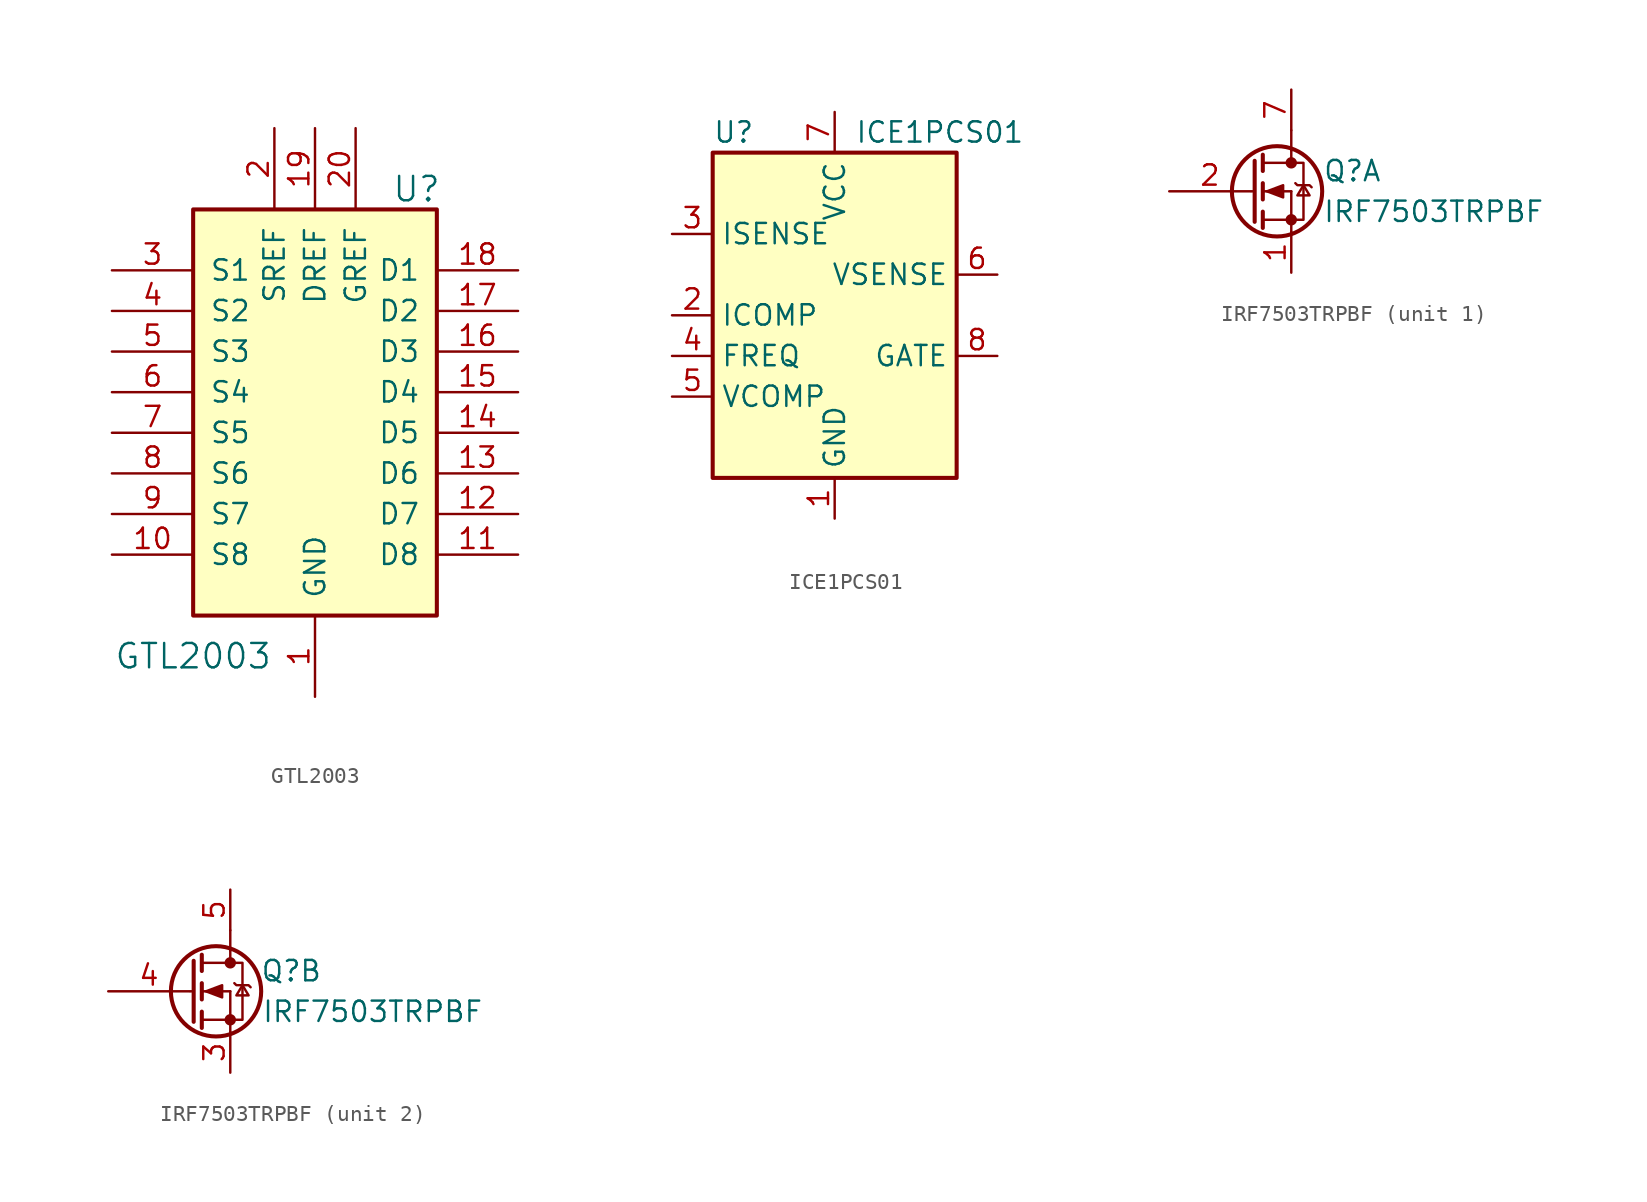
<source format=kicad_sym>
(kicad_symbol_lib
  (version 20211014)
  (generator kicad_symbol_editor)
  (symbol "GTL2003"
    (pin_names
      (offset 1.016))
    (property "Reference" "U"
      (at 6.35 13.97 0)
      (effects (font (size 1.524 1.524))))
    (property "Value" "GTL2003"
      (at -7.62 -15.24 0)
      (effects (font (size 1.524 1.524))))
    (symbol "GTL2003_0_1"
      (rectangle (start -7.62 12.7) (end 7.62 -12.7) (stroke (width 0.254) (type default) (color 0 0 0 0)) (fill (type background))))
    (symbol "GTL2003_1_1"
      (pin input line (at 0 -17.78 90) (length 5.08) (name "GND" (effects (font (size 1.27 1.27)))) (number "1" (effects (font (size 1.27 1.27)))))
      (pin output line (at -12.7 -8.89 0) (length 5.08) (name "S8" (effects (font (size 1.27 1.27)))) (number "10" (effects (font (size 1.27 1.27)))))
      (pin input line (at 12.7 -8.89 180) (length 5.08) (name "D8" (effects (font (size 1.27 1.27)))) (number "11" (effects (font (size 1.27 1.27)))))
      (pin input line (at 12.7 -6.35 180) (length 5.08) (name "D7" (effects (font (size 1.27 1.27)))) (number "12" (effects (font (size 1.27 1.27)))))
      (pin input line (at 12.7 -3.81 180) (length 5.08) (name "D6" (effects (font (size 1.27 1.27)))) (number "13" (effects (font (size 1.27 1.27)))))
      (pin input line (at 12.7 -1.27 180) (length 5.08) (name "D5" (effects (font (size 1.27 1.27)))) (number "14" (effects (font (size 1.27 1.27)))))
      (pin input line (at 12.7 1.27 180) (length 5.08) (name "D4" (effects (font (size 1.27 1.27)))) (number "15" (effects (font (size 1.27 1.27)))))
      (pin input line (at 12.7 3.81 180) (length 5.08) (name "D3" (effects (font (size 1.27 1.27)))) (number "16" (effects (font (size 1.27 1.27)))))
      (pin input line (at 12.7 6.35 180) (length 5.08) (name "D2" (effects (font (size 1.27 1.27)))) (number "17" (effects (font (size 1.27 1.27)))))
      (pin input line (at 12.7 8.89 180) (length 5.08) (name "D1" (effects (font (size 1.27 1.27)))) (number "18" (effects (font (size 1.27 1.27)))))
      (pin input line (at 0 17.78 270) (length 5.08) (name "DREF" (effects (font (size 1.27 1.27)))) (number "19" (effects (font (size 1.27 1.27)))))
      (pin input line (at -2.54 17.78 270) (length 5.08) (name "SREF" (effects (font (size 1.27 1.27)))) (number "2" (effects (font (size 1.27 1.27)))))
      (pin input line (at 2.54 17.78 270) (length 5.08) (name "GREF" (effects (font (size 1.27 1.27)))) (number "20" (effects (font (size 1.27 1.27)))))
      (pin output line (at -12.7 8.89 0) (length 5.08) (name "S1" (effects (font (size 1.27 1.27)))) (number "3" (effects (font (size 1.27 1.27)))))
      (pin output line (at -12.7 6.35 0) (length 5.08) (name "S2" (effects (font (size 1.27 1.27)))) (number "4" (effects (font (size 1.27 1.27)))))
      (pin output line (at -12.7 3.81 0) (length 5.08) (name "S3" (effects (font (size 1.27 1.27)))) (number "5" (effects (font (size 1.27 1.27)))))
      (pin output line (at -12.7 1.27 0) (length 5.08) (name "S4" (effects (font (size 1.27 1.27)))) (number "6" (effects (font (size 1.27 1.27)))))
      (pin output line (at -12.7 -1.27 0) (length 5.08) (name "S5" (effects (font (size 1.27 1.27)))) (number "7" (effects (font (size 1.27 1.27)))))
      (pin output line (at -12.7 -3.81 0) (length 5.08) (name "S6" (effects (font (size 1.27 1.27)))) (number "8" (effects (font (size 1.27 1.27)))))
      (pin output line (at -12.7 -6.35 0) (length 5.08) (name "S7" (effects (font (size 1.27 1.27)))) (number "9" (effects (font (size 1.27 1.27)))))))
  (symbol "ICE1PCS01"
    (property "Reference" "U"
      (at -7.62 11.43 0)
      (effects (font (size 1.27 1.27)) (justify left)))
    (property "Value" "ICE1PCS01"
      (at 1.27 11.43 0)
      (effects (font (size 1.27 1.27)) (justify left)))
    (symbol "ICE1PCS01_0_0"
      (rectangle (start -7.62 10.16) (end 7.62 -10.16) (stroke (width 0.254) (type default) (color 0 0 0 0)) (fill (type background))))
    (symbol "ICE1PCS01_1_1"
      (pin power_in line (at 0 -12.7 90) (length 2.54) (name "GND" (effects (font (size 1.27 1.27)))) (number "1" (effects (font (size 1.27 1.27)))))
      (pin passive line (at -10.16 0 0) (length 2.54) (name "ICOMP" (effects (font (size 1.27 1.27)))) (number "2" (effects (font (size 1.27 1.27)))))
      (pin input line (at -10.16 5.08 0) (length 2.54) (name "ISENSE" (effects (font (size 1.27 1.27)))) (number "3" (effects (font (size 1.27 1.27)))))
      (pin passive line (at -10.16 -2.54 0) (length 2.54) (name "FREQ" (effects (font (size 1.27 1.27)))) (number "4" (effects (font (size 1.27 1.27)))))
      (pin passive line (at -10.16 -5.08 0) (length 2.54) (name "VCOMP" (effects (font (size 1.27 1.27)))) (number "5" (effects (font (size 1.27 1.27)))))
      (pin input line (at 10.16 2.54 180) (length 2.54) (name "VSENSE" (effects (font (size 1.27 1.27)))) (number "6" (effects (font (size 1.27 1.27)))))
      (pin power_in line (at 0 12.7 270) (length 2.54) (name "VCC" (effects (font (size 1.27 1.27)))) (number "7" (effects (font (size 1.27 1.27)))))
      (pin output line (at 10.16 -2.54 180) (length 2.54) (name "GATE" (effects (font (size 1.27 1.27)))) (number "8" (effects (font (size 1.27 1.27)))))))
  (symbol "IRF7503TRPBF"
    (pin_names
      (offset 0) hide)
    (property "Reference" "Q"
      (at 6.35 1.27 0)
      (effects (font (size 1.27 1.27))))
    (property "Value" "IRF7503TRPBF"
      (at 11.43 -1.27 0)
      (effects (font (size 1.27 1.27))))
    (symbol "IRF7503TRPBF_0_1"
      (polyline (pts (xy 2.54 3.81) (xy 2.54 2.54)) (stroke (width 0) (type default) (color 0 0 0 0)) (fill (type none))))
    (symbol "IRF7503TRPBF_1_1"
      (polyline (pts (xy 0.051 0) (xy 0.254 0)) (stroke (width 0) (type default) (color 0 0 0 0)) (fill (type none)))
      (polyline (pts (xy 0.762 -1.778) (xy 2.54 -1.778)) (stroke (width 0) (type default) (color 0 0 0 0)) (fill (type none)))
      (polyline (pts (xy 0.762 -1.27) (xy 0.762 -2.286)) (stroke (width 0.254) (type default) (color 0 0 0 0)) (fill (type none)))
      (polyline (pts (xy 0.762 0) (xy 2.54 0)) (stroke (width 0) (type default) (color 0 0 0 0)) (fill (type none)))
      (polyline (pts (xy 0.762 0.508) (xy 0.762 -0.508)) (stroke (width 0.254) (type default) (color 0 0 0 0)) (fill (type none)))
      (polyline (pts (xy 0.762 1.778) (xy 2.54 1.778)) (stroke (width 0) (type default) (color 0 0 0 0)) (fill (type none)))
      (polyline (pts (xy 0.762 2.286) (xy 0.762 1.27)) (stroke (width 0.254) (type default) (color 0 0 0 0)) (fill (type none)))
      (polyline (pts (xy 2.54 -1.778) (xy 2.54 -2.54)) (stroke (width 0) (type default) (color 0 0 0 0)) (fill (type none)))
      (polyline (pts (xy 2.54 -1.778) (xy 2.54 0)) (stroke (width 0) (type default) (color 0 0 0 0)) (fill (type none)))
      (polyline (pts (xy 2.54 2.54) (xy 2.54 1.778)) (stroke (width 0) (type default) (color 0 0 0 0)) (fill (type none)))
      (polyline (pts (xy 0.254 1.905) (xy 0.254 -1.905) (xy 0.254 -1.905)) (stroke (width 0.254) (type default) (color 0 0 0 0)) (fill (type none)))
      (polyline (pts (xy 1.016 0) (xy 2.032 0.381) (xy 2.032 -0.381) (xy 1.016 0)) (stroke (width 0) (type default) (color 0 0 0 0)) (fill (type outline)))
      (polyline (pts (xy 2.54 -1.778) (xy 3.302 -1.778) (xy 3.302 1.778) (xy 2.54 1.778)) (stroke (width 0) (type default) (color 0 0 0 0)) (fill (type none)))
      (polyline (pts (xy 2.794 0.508) (xy 2.921 0.381) (xy 3.683 0.381) (xy 3.81 0.254)) (stroke (width 0) (type default) (color 0 0 0 0)) (fill (type none)))
      (polyline (pts (xy 3.302 0.381) (xy 2.921 -0.254) (xy 3.683 -0.254) (xy 3.302 0.381)) (stroke (width 0) (type default) (color 0 0 0 0)) (fill (type none)))
      (circle (center 1.651 0) (radius 2.819) (stroke (width 0.254) (type default) (color 0 0 0 0)) (fill (type none)))
      (circle (center 2.54 -1.778) (radius 0.279) (stroke (width 0) (type default) (color 0 0 0 0)) (fill (type outline)))
      (circle (center 2.54 1.778) (radius 0.279) (stroke (width 0) (type default) (color 0 0 0 0)) (fill (type outline)))
      (pin passive line (at 2.54 -5.08 90) (length 2.54) (name "S" (effects (font (size 1.27 1.27)))) (number "1" (effects (font (size 1.27 1.27)))))
      (pin input line (at -5.08 0 0) (length 5.08) (name "G" (effects (font (size 1.27 1.27)))) (number "2" (effects (font (size 1.27 1.27)))))
      (pin passive line (at 2.54 6.35 270) (length 2.54) (name "D" (effects (font (size 1.27 1.27)))) (number "7" (effects (font (size 1.27 1.27)))))
      (pin passive line (at 2.54 6.35 270) (length 2.54) hide (name "D" (effects (font (size 1.27 1.27)))) (number "8" (effects (font (size 1.27 1.27))))))
    (symbol "IRF7503TRPBF_2_1"
      (polyline (pts (xy 0.051 0) (xy 0.254 0)) (stroke (width 0) (type default) (color 0 0 0 0)) (fill (type none)))
      (polyline (pts (xy 0.762 -1.778) (xy 2.54 -1.778)) (stroke (width 0) (type default) (color 0 0 0 0)) (fill (type none)))
      (polyline (pts (xy 0.762 -1.27) (xy 0.762 -2.286)) (stroke (width 0.254) (type default) (color 0 0 0 0)) (fill (type none)))
      (polyline (pts (xy 0.762 0) (xy 2.54 0)) (stroke (width 0) (type default) (color 0 0 0 0)) (fill (type none)))
      (polyline (pts (xy 0.762 0.508) (xy 0.762 -0.508)) (stroke (width 0.254) (type default) (color 0 0 0 0)) (fill (type none)))
      (polyline (pts (xy 0.762 1.778) (xy 2.54 1.778)) (stroke (width 0) (type default) (color 0 0 0 0)) (fill (type none)))
      (polyline (pts (xy 0.762 2.286) (xy 0.762 1.27)) (stroke (width 0.254) (type default) (color 0 0 0 0)) (fill (type none)))
      (polyline (pts (xy 2.54 -1.778) (xy 2.54 -2.54)) (stroke (width 0) (type default) (color 0 0 0 0)) (fill (type none)))
      (polyline (pts (xy 2.54 -1.778) (xy 2.54 0)) (stroke (width 0) (type default) (color 0 0 0 0)) (fill (type none)))
      (polyline (pts (xy 2.54 2.54) (xy 2.54 1.778)) (stroke (width 0) (type default) (color 0 0 0 0)) (fill (type none)))
      (polyline (pts (xy 0.254 1.905) (xy 0.254 -1.905) (xy 0.254 -1.905)) (stroke (width 0.254) (type default) (color 0 0 0 0)) (fill (type none)))
      (polyline (pts (xy 1.016 0) (xy 2.032 0.381) (xy 2.032 -0.381) (xy 1.016 0)) (stroke (width 0) (type default) (color 0 0 0 0)) (fill (type outline)))
      (polyline (pts (xy 2.54 -1.778) (xy 3.302 -1.778) (xy 3.302 1.778) (xy 2.54 1.778)) (stroke (width 0) (type default) (color 0 0 0 0)) (fill (type none)))
      (polyline (pts (xy 2.794 0.508) (xy 2.921 0.381) (xy 3.683 0.381) (xy 3.81 0.254)) (stroke (width 0) (type default) (color 0 0 0 0)) (fill (type none)))
      (polyline (pts (xy 3.302 0.381) (xy 2.921 -0.254) (xy 3.683 -0.254) (xy 3.302 0.381)) (stroke (width 0) (type default) (color 0 0 0 0)) (fill (type none)))
      (circle (center 1.651 0) (radius 2.819) (stroke (width 0.254) (type default) (color 0 0 0 0)) (fill (type none)))
      (circle (center 2.54 -1.778) (radius 0.279) (stroke (width 0) (type default) (color 0 0 0 0)) (fill (type outline)))
      (circle (center 2.54 1.778) (radius 0.279) (stroke (width 0) (type default) (color 0 0 0 0)) (fill (type outline)))
      (pin passive line (at 2.54 -5.08 90) (length 2.54) (name "S" (effects (font (size 1.27 1.27)))) (number "3" (effects (font (size 1.27 1.27)))))
      (pin input line (at -5.08 0 0) (length 5.08) (name "G" (effects (font (size 1.27 1.27)))) (number "4" (effects (font (size 1.27 1.27)))))
      (pin passive line (at 2.54 6.35 270) (length 2.54) (name "D" (effects (font (size 1.27 1.27)))) (number "5" (effects (font (size 1.27 1.27)))))
      (pin passive line (at 2.54 6.35 270) (length 2.54) hide (name "D" (effects (font (size 1.27 1.27)))) (number "6" (effects (font (size 1.27 1.27))))))))
</source>
